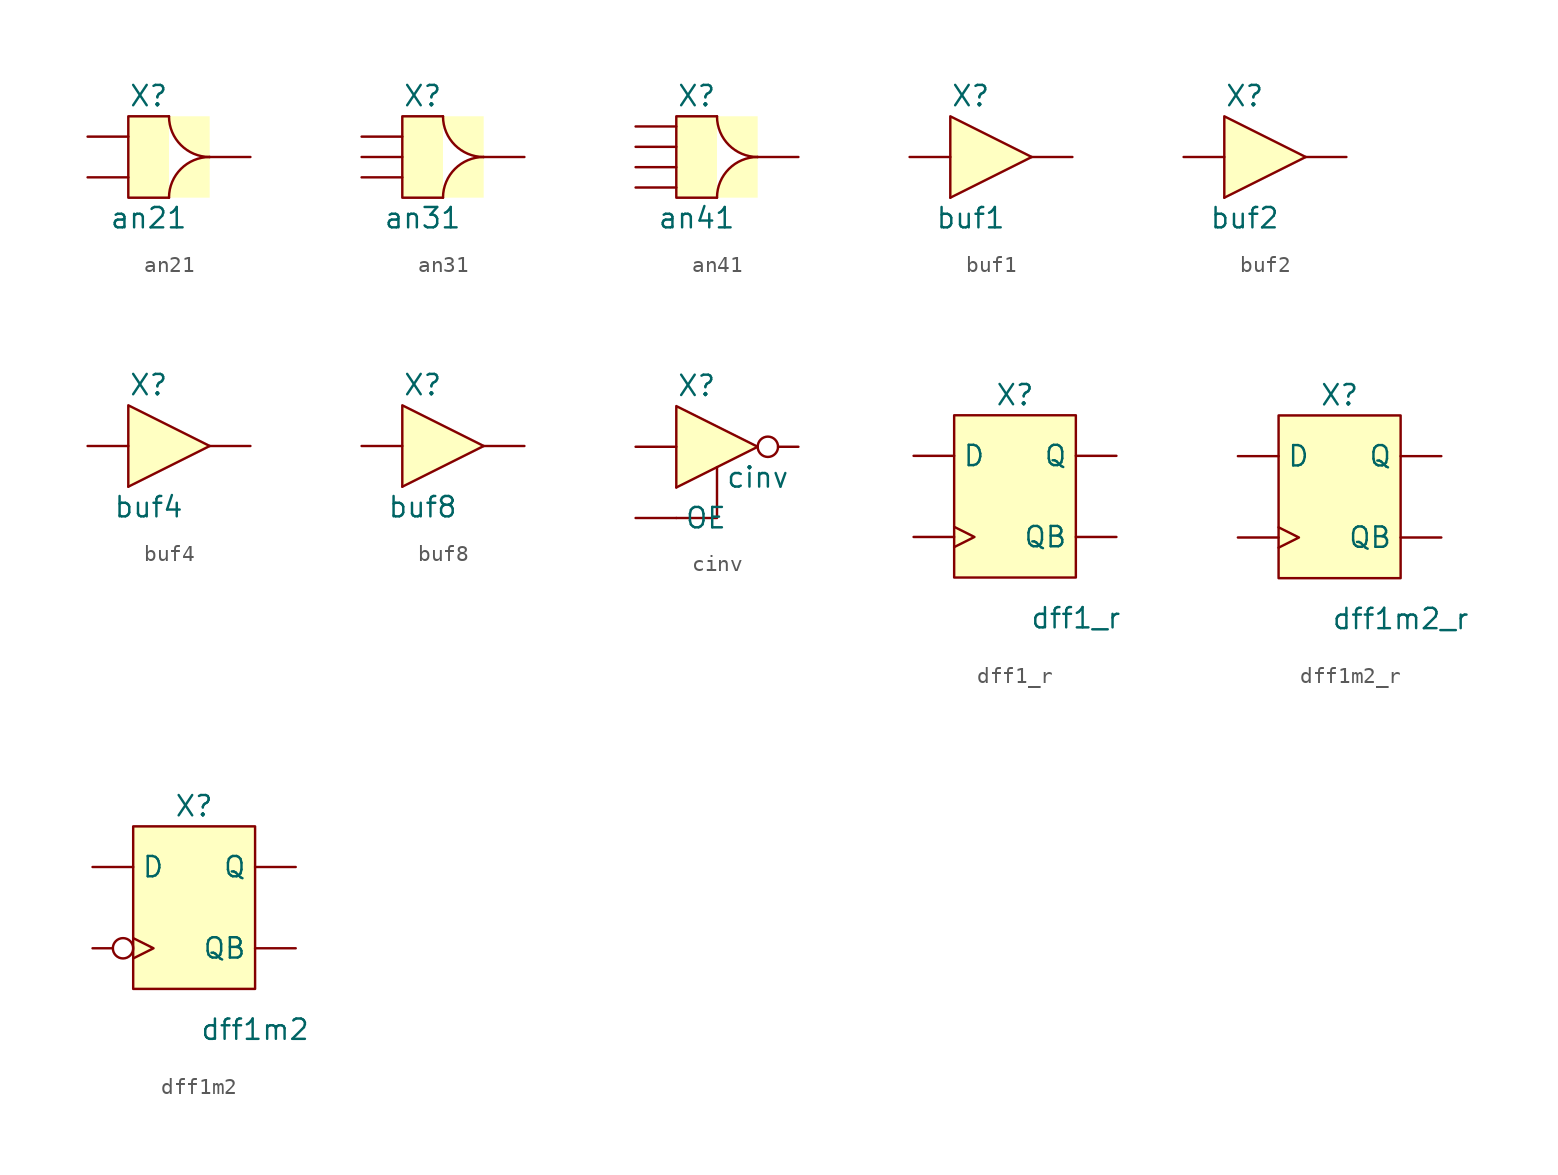
<source format=kicad_sym>
(kicad_symbol_lib
  (version 20211014)
  (generator kicad_symbol_editor)
  (symbol "an21"
    (property "Reference" "X"
      (at -1.27 3.81 0)
      (effects (font (size 1.27 1.27))))
    (property "Value" "an21"
      (at -1.27 -3.81 0)
      (effects (font (size 1.27 1.27))))
    (symbol "an21_0_1"
      (polyline (pts (xy 0 2.54) (xy -2.54 2.54) (xy -2.54 -2.54) (xy 0 -2.54)) (stroke (width 0.152) (type default) (color 0 0 0 0)) (fill (type background)))
      (arc (start 0 2.54) (mid -1.7961 -1.7961) (end 2.54 0) (stroke (width 0.1524) (type default) (color 0 0 0 0)) (fill (type background)))
      (arc (start 2.54 0) (mid -1.7961 1.7961) (end 0 -2.54) (stroke (width 0.1524) (type default) (color 0 0 0 0)) (fill (type background))))
    (symbol "an21_1_1"
      (pin input line (at -5.08 1.27 0) (length 2.54) (name "A" (effects (font (size 0 0)))) (number "" (effects (font (size 1.27 1.27)))))
      (pin input line (at -5.08 -1.27 0) (length 2.54) (name "B" (effects (font (size 0 0)))) (number "" (effects (font (size 1.27 1.27)))))
      (pin power_in line (at 0 2.54 0) (length 2.54) hide (name "VDD" (effects (font (size 1.27 1.27)))) (number "" (effects (font (size 1.27 1.27)))))
      (pin power_in line (at 0 -2.54 0) (length 2.54) hide (name "VSS" (effects (font (size 1.27 1.27)))) (number "" (effects (font (size 1.27 1.27)))))
      (pin output line (at 5.08 0 180) (length 2.54) (name "Z" (effects (font (size 0 0)))) (number "" (effects (font (size 1.27 1.27)))))))
  (symbol "an31"
    (property "Reference" "X"
      (at -1.27 3.81 0)
      (effects (font (size 1.27 1.27))))
    (property "Value" "an31"
      (at -1.27 -3.81 0)
      (effects (font (size 1.27 1.27))))
    (symbol "an31_0_1"
      (polyline (pts (xy 0 2.54) (xy -2.54 2.54) (xy -2.54 -2.54) (xy 0 -2.54)) (stroke (width 0.152) (type default) (color 0 0 0 0)) (fill (type background)))
      (arc (start 0 2.54) (mid -1.7961 -1.7961) (end 2.54 0) (stroke (width 0.1524) (type default) (color 0 0 0 0)) (fill (type background)))
      (arc (start 2.54 0) (mid -1.7961 1.7961) (end 0 -2.54) (stroke (width 0.1524) (type default) (color 0 0 0 0)) (fill (type background))))
    (symbol "an31_1_1"
      (pin input line (at -5.08 1.27 0) (length 2.54) (name "A" (effects (font (size 0 0)))) (number "" (effects (font (size 1.27 1.27)))))
      (pin input line (at -5.08 0 0) (length 2.54) (name "B" (effects (font (size 0 0)))) (number "" (effects (font (size 1.27 1.27)))))
      (pin input line (at -5.08 -1.27 0) (length 2.54) (name "C" (effects (font (size 0 0)))) (number "" (effects (font (size 1.27 1.27)))))
      (pin power_in line (at 0 2.54 0) (length 2.54) hide (name "VDD" (effects (font (size 1.27 1.27)))) (number "" (effects (font (size 1.27 1.27)))))
      (pin power_in line (at 0 -2.54 0) (length 2.54) hide (name "VSS" (effects (font (size 1.27 1.27)))) (number "" (effects (font (size 1.27 1.27)))))
      (pin output line (at 5.08 0 180) (length 2.54) (name "Z" (effects (font (size 0 0)))) (number "" (effects (font (size 1.27 1.27)))))))
  (symbol "an41"
    (property "Reference" "X"
      (at -1.27 3.81 0)
      (effects (font (size 1.27 1.27))))
    (property "Value" "an41"
      (at -1.27 -3.81 0)
      (effects (font (size 1.27 1.27))))
    (symbol "an41_0_1"
      (polyline (pts (xy 0 2.54) (xy -2.54 2.54) (xy -2.54 -2.54) (xy 0 -2.54)) (stroke (width 0.152) (type default) (color 0 0 0 0)) (fill (type background)))
      (arc (start 0 2.54) (mid -1.7961 -1.7961) (end 2.54 0) (stroke (width 0.1524) (type default) (color 0 0 0 0)) (fill (type background)))
      (arc (start 2.54 0) (mid -1.7961 1.7961) (end 0 -2.54) (stroke (width 0.1524) (type default) (color 0 0 0 0)) (fill (type background))))
    (symbol "an41_1_1"
      (pin input line (at -5.08 1.905 0) (length 2.54) (name "A" (effects (font (size 0 0)))) (number "" (effects (font (size 1.27 1.27)))))
      (pin input line (at -5.08 0.635 0) (length 2.54) (name "B" (effects (font (size 0 0)))) (number "" (effects (font (size 1.27 1.27)))))
      (pin input line (at -5.08 -0.635 0) (length 2.54) (name "C" (effects (font (size 0 0)))) (number "" (effects (font (size 1.27 1.27)))))
      (pin input line (at -5.08 -1.905 0) (length 2.54) (name "D" (effects (font (size 0 0)))) (number "" (effects (font (size 1.27 1.27)))))
      (pin power_in line (at 0 2.54 0) (length 2.54) hide (name "VDD" (effects (font (size 1.27 1.27)))) (number "" (effects (font (size 1.27 1.27)))))
      (pin power_in line (at 0 -2.54 0) (length 2.54) hide (name "VSS" (effects (font (size 1.27 1.27)))) (number "" (effects (font (size 1.27 1.27)))))
      (pin output line (at 5.08 0 180) (length 2.54) (name "Z" (effects (font (size 0 0)))) (number "" (effects (font (size 1.27 1.27)))))))
  (symbol "buf1"
    (property "Reference" "X"
      (at -1.27 3.81 0)
      (effects (font (size 1.27 1.27))))
    (property "Value" "buf1"
      (at -1.27 -3.81 0)
      (effects (font (size 1.27 1.27))))
    (property "Datasheet" ""
      (at -2.54 0 0)
      (effects (font (size 1.27 1.27))))
    (symbol "buf1_0_1"
      (polyline (pts (xy -2.54 -2.54) (xy 2.54 0)) (stroke (width 0.152) (type default) (color 0 0 0 0)) (fill (type background)))
      (polyline (pts (xy 2.54 0) (xy -2.54 2.54) (xy -2.54 -2.54)) (stroke (width 0.152) (type default) (color 0 0 0 0)) (fill (type background))))
    (symbol "buf1_1_1"
      (pin input line (at -5.08 0 0) (length 2.54) (name "A" (effects (font (size 0 0)))) (number "" (effects (font (size 1.27 1.27)))))
      (pin power_in line (at 0 2.54 0) (length 2.54) hide (name "VDD" (effects (font (size 1.27 1.27)))) (number "" (effects (font (size 1.27 1.27)))))
      (pin power_in line (at 0 -2.54 0) (length 2.54) hide (name "VSS" (effects (font (size 1.27 1.27)))) (number "" (effects (font (size 1.27 1.27)))))
      (pin output line (at 5.08 0 180) (length 2.54) (name "Z" (effects (font (size 0 0)))) (number "" (effects (font (size 1.27 1.27)))))))
  (symbol "buf2"
    (property "Reference" "X"
      (at -1.27 3.81 0)
      (effects (font (size 1.27 1.27))))
    (property "Value" "buf2"
      (at -1.27 -3.81 0)
      (effects (font (size 1.27 1.27))))
    (symbol "buf2_0_1"
      (polyline (pts (xy -2.54 -2.54) (xy 2.54 0)) (stroke (width 0.152) (type default) (color 0 0 0 0)) (fill (type background)))
      (polyline (pts (xy 2.54 0) (xy -2.54 2.54) (xy -2.54 -2.54)) (stroke (width 0.152) (type default) (color 0 0 0 0)) (fill (type background))))
    (symbol "buf2_1_1"
      (pin input line (at -5.08 0 0) (length 2.54) (name "A" (effects (font (size 0 0)))) (number "" (effects (font (size 1.27 1.27)))))
      (pin power_in line (at 0 2.54 0) (length 2.54) hide (name "VDD" (effects (font (size 1.27 1.27)))) (number "" (effects (font (size 1.27 1.27)))))
      (pin power_in line (at 0 -2.54 0) (length 2.54) hide (name "VSS" (effects (font (size 1.27 1.27)))) (number "" (effects (font (size 1.27 1.27)))))
      (pin output line (at 5.08 0 180) (length 2.54) (name "Z" (effects (font (size 0 0)))) (number "" (effects (font (size 1.27 1.27)))))))
  (symbol "buf4"
    (property "Reference" "X"
      (at -1.27 3.81 0)
      (effects (font (size 1.27 1.27))))
    (property "Value" "buf4"
      (at -1.27 -3.81 0)
      (effects (font (size 1.27 1.27))))
    (symbol "buf4_0_1"
      (polyline (pts (xy -2.54 -2.54) (xy 2.54 0)) (stroke (width 0.152) (type default) (color 0 0 0 0)) (fill (type background)))
      (polyline (pts (xy 2.54 0) (xy -2.54 2.54) (xy -2.54 -2.54)) (stroke (width 0.152) (type default) (color 0 0 0 0)) (fill (type background))))
    (symbol "buf4_1_1"
      (pin input line (at -5.08 0 0) (length 2.54) (name "A" (effects (font (size 0 0)))) (number "" (effects (font (size 1.27 1.27)))))
      (pin power_in line (at 0 2.54 0) (length 2.54) hide (name "VDD" (effects (font (size 1.27 1.27)))) (number "" (effects (font (size 1.27 1.27)))))
      (pin power_in line (at 0 -2.54 0) (length 2.54) hide (name "VSS" (effects (font (size 1.27 1.27)))) (number "" (effects (font (size 1.27 1.27)))))
      (pin output line (at 5.08 0 180) (length 2.54) (name "Z" (effects (font (size 0 0)))) (number "" (effects (font (size 1.27 1.27)))))))
  (symbol "buf8"
    (property "Reference" "X"
      (at -1.27 3.81 0)
      (effects (font (size 1.27 1.27))))
    (property "Value" "buf8"
      (at -1.27 -3.81 0)
      (effects (font (size 1.27 1.27))))
    (symbol "buf8_0_1"
      (polyline (pts (xy -2.54 -2.54) (xy 2.54 0)) (stroke (width 0.152) (type default) (color 0 0 0 0)) (fill (type background)))
      (polyline (pts (xy 2.54 0) (xy -2.54 2.54) (xy -2.54 -2.54)) (stroke (width 0.152) (type default) (color 0 0 0 0)) (fill (type background))))
    (symbol "buf8_1_1"
      (pin input line (at -5.08 0 0) (length 2.54) (name "A" (effects (font (size 0 0)))) (number "" (effects (font (size 1.27 1.27)))))
      (pin power_in line (at 0 2.54 0) (length 2.54) hide (name "VDD" (effects (font (size 1.27 1.27)))) (number "" (effects (font (size 1.27 1.27)))))
      (pin power_in line (at 0 -2.54 0) (length 2.54) hide (name "VSS" (effects (font (size 1.27 1.27)))) (number "" (effects (font (size 1.27 1.27)))))
      (pin output line (at 5.08 0 180) (length 2.54) (name "Z" (effects (font (size 0 0)))) (number "" (effects (font (size 1.27 1.27)))))))
  (symbol "cinv"
    (property "Reference" "X"
      (at -1.27 3.81 0)
      (effects (font (size 1.27 1.27))))
    (property "Value" "cinv"
      (at 2.54 -1.905 0)
      (effects (font (size 1.27 1.27))))
    (symbol "cinv_0_1"
      (polyline (pts (xy -2.54 -2.54) (xy 2.54 0)) (stroke (width 0.152) (type default) (color 0 0 0 0)) (fill (type background)))
      (polyline (pts (xy -2.54 -4.445) (xy 0 -4.445) (xy 0 -1.27)) (stroke (width 0.152) (type default) (color 0 0 0 0)) (fill (type none)))
      (polyline (pts (xy 2.54 0) (xy -2.54 2.54) (xy -2.54 -2.54)) (stroke (width 0.152) (type default) (color 0 0 0 0)) (fill (type background))))
    (symbol "cinv_1_1"
      (pin input line (at -5.08 0 0) (length 2.54) (name "A" (effects (font (size 0 0)))) (number "" (effects (font (size 1.27 1.27)))))
      (pin input line (at -5.08 -4.445 0) (length 2.54) (name "OE" (effects (font (size 1.27 1.27)))) (number "" (effects (font (size 1.27 1.27)))))
      (pin power_in line (at 0 2.54 0) (length 2.54) hide (name "VDD" (effects (font (size 1.27 1.27)))) (number "" (effects (font (size 1.27 1.27)))))
      (pin power_in line (at 0 -2.54 0) (length 2.54) hide (name "VSS" (effects (font (size 1.27 1.27)))) (number "" (effects (font (size 1.27 1.27)))))
      (pin output inverted (at 5.08 0 180) (length 2.54) (name "Z" (effects (font (size 0 0)))) (number "" (effects (font (size 1.27 1.27)))))))
  (symbol "dff1_r"
    (property "Reference" "X"
      (at 0 6.35 0)
      (effects (font (size 1.27 1.27))))
    (property "Value" "dff1_r"
      (at 3.81 -7.62 0)
      (effects (font (size 1.27 1.27))))
    (symbol "dff1_r_0_1"
      (rectangle (start -3.81 5.08) (end 3.81 -5.08) (stroke (width 0.152) (type default) (color 0 0 0 0)) (fill (type background))))
    (symbol "dff1_r_1_1"
      (pin input clock (at -6.35 -2.54 0) (length 2.54) (name "CK" (effects (font (size 0 0)))) (number "" (effects (font (size 1.27 1.27)))))
      (pin input line (at -6.35 2.54 0) (length 2.54) (name "D" (effects (font (size 1.27 1.27)))) (number "" (effects (font (size 1.27 1.27)))))
      (pin output line (at 6.35 2.54 180) (length 2.54) (name "Q" (effects (font (size 1.27 1.27)))) (number "" (effects (font (size 1.27 1.27)))))
      (pin output line (at 6.35 -2.54 180) (length 2.54) (name "QB" (effects (font (size 1.27 1.27)))) (number "" (effects (font (size 1.27 1.27)))))
      (pin power_in line (at 2.54 5.08 0) (length 2.54) hide (name "VDD" (effects (font (size 1.27 1.27)))) (number "" (effects (font (size 1.27 1.27)))))
      (pin power_in line (at 2.54 -5.08 0) (length 2.54) hide (name "VSS" (effects (font (size 1.27 1.27)))) (number "" (effects (font (size 1.27 1.27)))))))
  (symbol "dff1m2_r"
    (property "Reference" "X"
      (at 0 6.35 0)
      (effects (font (size 1.27 1.27))))
    (property "Value" "dff1m2_r"
      (at 3.81 -7.62 0)
      (effects (font (size 1.27 1.27))))
    (symbol "dff1m2_r_0_1"
      (rectangle (start -3.81 5.08) (end 3.81 -5.08) (stroke (width 0.152) (type default) (color 0 0 0 0)) (fill (type background))))
    (symbol "dff1m2_r_1_1"
      (pin input clock (at -6.35 -2.54 0) (length 2.54) (name "CK" (effects (font (size 0 0)))) (number "" (effects (font (size 1.27 1.27)))))
      (pin input line (at -6.35 2.54 0) (length 2.54) (name "D" (effects (font (size 1.27 1.27)))) (number "" (effects (font (size 1.27 1.27)))))
      (pin output line (at 6.35 2.54 180) (length 2.54) (name "Q" (effects (font (size 1.27 1.27)))) (number "" (effects (font (size 1.27 1.27)))))
      (pin output line (at 6.35 -2.54 180) (length 2.54) (name "QB" (effects (font (size 1.27 1.27)))) (number "" (effects (font (size 1.27 1.27)))))
      (pin power_in line (at 2.54 5.08 0) (length 2.54) hide (name "VDD" (effects (font (size 1.27 1.27)))) (number "" (effects (font (size 1.27 1.27)))))
      (pin power_in line (at 2.54 -5.08 0) (length 2.54) hide (name "VSS" (effects (font (size 1.27 1.27)))) (number "" (effects (font (size 1.27 1.27)))))))
  (symbol "dff1m2"
    (property "Reference" "X"
      (at 0 6.35 0)
      (effects (font (size 1.27 1.27))))
    (property "Value" "dff1m2"
      (at 3.81 -7.62 0)
      (effects (font (size 1.27 1.27))))
    (symbol "dff1m2_0_1"
      (rectangle (start -3.81 5.08) (end 3.81 -5.08) (stroke (width 0.152) (type default) (color 0 0 0 0)) (fill (type background))))
    (symbol "dff1m2_1_1"
      (pin input inverted_clock (at -6.35 -2.54 0) (length 2.54) (name "CK" (effects (font (size 0 0)))) (number "" (effects (font (size 1.27 1.27)))))
      (pin input line (at -6.35 2.54 0) (length 2.54) (name "D" (effects (font (size 1.27 1.27)))) (number "" (effects (font (size 1.27 1.27)))))
      (pin output line (at 6.35 2.54 180) (length 2.54) (name "Q" (effects (font (size 1.27 1.27)))) (number "" (effects (font (size 1.27 1.27)))))
      (pin output line (at 6.35 -2.54 180) (length 2.54) (name "QB" (effects (font (size 1.27 1.27)))) (number "" (effects (font (size 1.27 1.27)))))
      (pin power_in line (at 2.54 5.08 0) (length 2.54) hide (name "VDD" (effects (font (size 1.27 1.27)))) (number "" (effects (font (size 1.27 1.27)))))
      (pin power_in line (at 2.54 -5.08 0) (length 2.54) hide (name "VSS" (effects (font (size 1.27 1.27)))) (number "" (effects (font (size 1.27 1.27))))))))
</source>
